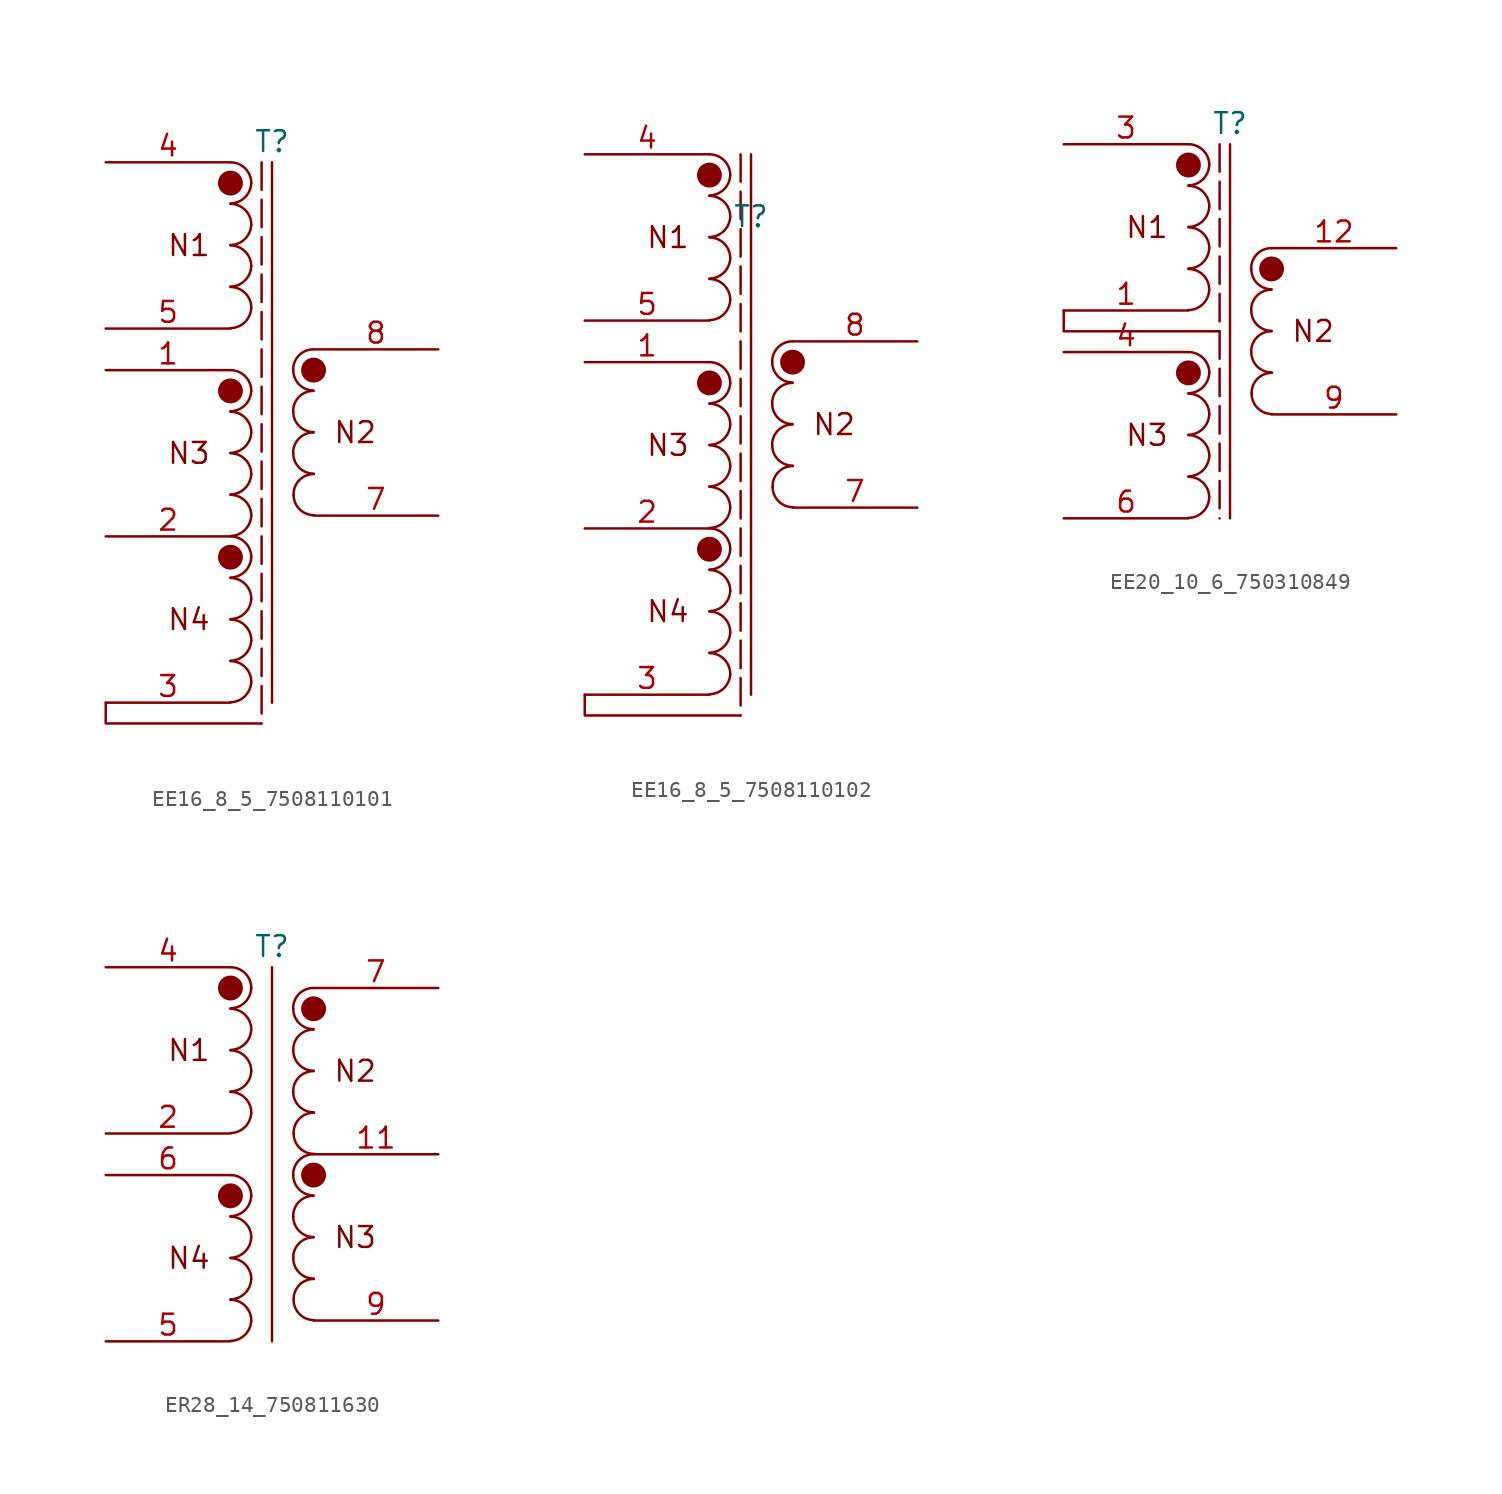
<source format=kicad_sym>
(kicad_symbol_lib
  (version 20220914)
  (generator kicad_symbol_editor)
  (symbol "EE16_8_5_7508110101"
    (pin_names hide)
    (property "Reference" "T"
      (at 0 17.78 0)
      (effects (font (size 1.27 1.27))))
    (symbol "EE16_8_5_7508110101_0_1"
      (arc (start -2.54 -16.4846) (mid -1.6561 -16.1163) (end -1.27 -15.24) (stroke (width 0) (type default)) (fill (type none)))
      (arc (start -2.54 -13.9446) (mid -1.6561 -13.5763) (end -1.27 -12.7) (stroke (width 0) (type default)) (fill (type none)))
      (arc (start -2.54 -11.4046) (mid -1.6561 -11.0363) (end -1.27 -10.16) (stroke (width 0) (type default)) (fill (type none)))
      (arc (start -2.54 -8.8646) (mid -1.6561 -8.4963) (end -1.27 -7.62) (stroke (width 0) (type default)) (fill (type none)))
      (arc (start -2.54 -6.3246) (mid -1.6561 -5.9563) (end -1.27 -5.08) (stroke (width 0) (type default)) (fill (type none)))
      (arc (start -2.54 -3.7846) (mid -1.6561 -3.4163) (end -1.27 -2.54) (stroke (width 0) (type default)) (fill (type none)))
      (arc (start -2.54 -1.2446) (mid -1.6561 -0.8763) (end -1.27 0) (stroke (width 0) (type default)) (fill (type none)))
      (arc (start -2.54 1.2954) (mid -1.6561 1.6637) (end -1.27 2.54) (stroke (width 0) (type default)) (fill (type none)))
      (arc (start -2.54 6.3754) (mid -1.6561 6.7437) (end -1.27 7.62) (stroke (width 0) (type default)) (fill (type none)))
      (arc (start -2.54 8.9154) (mid -1.6561 9.2837) (end -1.27 10.16) (stroke (width 0) (type default)) (fill (type none)))
      (arc (start -2.54 11.4554) (mid -1.6561 11.8237) (end -1.27 12.7) (stroke (width 0) (type default)) (fill (type none)))
      (arc (start -2.54 13.9954) (mid -1.6561 14.3637) (end -1.27 15.24) (stroke (width 0) (type default)) (fill (type none)))
      (arc (start -1.27 -15.24) (mid -1.642 -14.342) (end -2.54 -13.97) (stroke (width 0) (type default)) (fill (type none)))
      (arc (start -1.27 -12.7) (mid -1.642 -11.802) (end -2.54 -11.43) (stroke (width 0) (type default)) (fill (type none)))
      (arc (start -1.27 -10.16) (mid -1.642 -9.262) (end -2.54 -8.89) (stroke (width 0) (type default)) (fill (type none)))
      (arc (start -1.27 -7.62) (mid -1.642 -6.722) (end -2.54 -6.35) (stroke (width 0) (type default)) (fill (type none)))
      (arc (start -1.27 -5.08) (mid -1.642 -4.182) (end -2.54 -3.81) (stroke (width 0) (type default)) (fill (type none)))
      (arc (start -1.27 -2.54) (mid -1.642 -1.642) (end -2.54 -1.27) (stroke (width 0) (type default)) (fill (type none)))
      (arc (start -1.27 0) (mid -1.642 0.898) (end -2.54 1.27) (stroke (width 0) (type default)) (fill (type none)))
      (arc (start -1.27 2.54) (mid -1.642 3.438) (end -2.54 3.81) (stroke (width 0) (type default)) (fill (type none)))
      (arc (start -1.27 7.62) (mid -1.642 8.518) (end -2.54 8.89) (stroke (width 0) (type default)) (fill (type none)))
      (arc (start -1.27 10.16) (mid -1.642 11.058) (end -2.54 11.43) (stroke (width 0) (type default)) (fill (type none)))
      (arc (start -1.27 12.7) (mid -1.642 13.598) (end -2.54 13.97) (stroke (width 0) (type default)) (fill (type none)))
      (arc (start -1.27 15.24) (mid -1.642 16.138) (end -2.54 16.51) (stroke (width 0) (type default)) (fill (type none)))
      (polyline (pts (xy 0 16.51) (xy 0 -16.51)) (stroke (width 0) (type default)) (fill (type none)))
      (polyline (pts (xy -10.16 -16.51) (xy -10.16 -17.78) (xy -0.635 -17.78)) (stroke (width 0) (type default)) (fill (type none)))
      (arc (start 1.2954 -1.27) (mid 1.6599 -2.1501) (end 2.54 -2.5146) (stroke (width 0) (type default)) (fill (type none)))
      (arc (start 1.2954 1.27) (mid 1.6599 0.3899) (end 2.54 0.0254) (stroke (width 0) (type default)) (fill (type none)))
      (arc (start 1.2954 3.81) (mid 1.6599 2.9299) (end 2.54 2.5654) (stroke (width 0) (type default)) (fill (type none)))
      (arc (start 1.3208 -3.81) (mid 1.6853 -4.6901) (end 2.5654 -5.0546) (stroke (width 0) (type default)) (fill (type none)))
      (arc (start 2.54 0) (mid 1.642 -0.372) (end 1.2954 -1.27) (stroke (width 0) (type default)) (fill (type none)))
      (arc (start 2.54 2.54) (mid 1.642 2.168) (end 1.2954 1.27) (stroke (width 0) (type default)) (fill (type none)))
      (arc (start 2.54 5.08) (mid 1.642 4.708) (end 1.2954 3.81) (stroke (width 0) (type default)) (fill (type none)))
      (arc (start 2.5654 -2.54) (mid 1.6674 -2.912) (end 1.3208 -3.81) (stroke (width 0) (type default)) (fill (type none))))
    (symbol "EE16_8_5_7508110101_1_1"
      (circle (center -2.54 -7.62) (radius 0.0001) (stroke (width 0.762) (type default)) (fill (type none)))
      (circle (center -2.54 2.54) (radius 0.0001) (stroke (width 0.762) (type default)) (fill (type none)))
      (circle (center -2.54 15.24) (radius 0.0001) (stroke (width 0.762) (type default)) (fill (type none)))
      (polyline (pts (xy -0.635 16.51) (xy -0.635 -17.78)) (stroke (width 0) (type dash)) (fill (type none)))
      (circle (center 2.54 3.81) (radius 0.0001) (stroke (width 0.762) (type default)) (fill (type none)))
      (text "N1" (at -5.08 11.43 0) (effects (font (size 1.27 1.27))))
      (text "N2" (at 5.08 0 0) (effects (font (size 1.27 1.27))))
      (text "N3" (at -5.08 -1.27 0) (effects (font (size 1.27 1.27))))
      (text "N4" (at -5.08 -11.43 0) (effects (font (size 1.27 1.27))))
      (pin passive line (at -10.16 3.81 0) (length 7.62) (name "1" (effects (font (size 1.27 1.27)))) (number "1" (effects (font (size 1.27 1.27)))))
      (pin passive line (at -10.16 -6.35 0) (length 7.62) (name "2" (effects (font (size 1.27 1.27)))) (number "2" (effects (font (size 1.27 1.27)))))
      (pin passive line (at -10.16 -16.51 0) (length 7.62) (name "3" (effects (font (size 1.27 1.27)))) (number "3" (effects (font (size 1.27 1.27)))))
      (pin passive line (at -10.16 16.51 0) (length 7.62) (name "4" (effects (font (size 1.27 1.27)))) (number "4" (effects (font (size 1.27 1.27)))))
      (pin passive line (at -10.16 6.35 0) (length 7.62) (name "5" (effects (font (size 1.27 1.27)))) (number "5" (effects (font (size 1.27 1.27)))))
      (pin passive line (at 10.16 -5.08 180) (length 7.62) (name "7" (effects (font (size 1.27 1.27)))) (number "7" (effects (font (size 1.27 1.27)))))
      (pin passive line (at 10.16 5.08 180) (length 7.62) (name "8" (effects (font (size 1.27 1.27)))) (number "8" (effects (font (size 1.27 1.27)))))))
  (symbol "EE16_8_5_7508110102"
    (pin_names hide)
    (property "Reference" "T"
      (at 0 12.7 0)
      (effects (font (size 1.27 1.27))))
    (symbol "EE16_8_5_7508110102_0_1"
      (arc (start -2.54 -16.4846) (mid -1.6561 -16.1163) (end -1.27 -15.24) (stroke (width 0) (type default)) (fill (type none)))
      (arc (start -2.54 -13.9446) (mid -1.6561 -13.5763) (end -1.27 -12.7) (stroke (width 0) (type default)) (fill (type none)))
      (arc (start -2.54 -11.4046) (mid -1.6561 -11.0363) (end -1.27 -10.16) (stroke (width 0) (type default)) (fill (type none)))
      (arc (start -2.54 -8.8646) (mid -1.6561 -8.4963) (end -1.27 -7.62) (stroke (width 0) (type default)) (fill (type none)))
      (arc (start -2.54 -6.3246) (mid -1.6561 -5.9563) (end -1.27 -5.08) (stroke (width 0) (type default)) (fill (type none)))
      (arc (start -2.54 -3.7846) (mid -1.6561 -3.4163) (end -1.27 -2.54) (stroke (width 0) (type default)) (fill (type none)))
      (arc (start -2.54 -1.2446) (mid -1.6561 -0.8763) (end -1.27 0) (stroke (width 0) (type default)) (fill (type none)))
      (arc (start -2.54 1.2954) (mid -1.6561 1.6637) (end -1.27 2.54) (stroke (width 0) (type default)) (fill (type none)))
      (arc (start -2.54 6.3754) (mid -1.6561 6.7437) (end -1.27 7.62) (stroke (width 0) (type default)) (fill (type none)))
      (arc (start -2.54 8.9154) (mid -1.6561 9.2837) (end -1.27 10.16) (stroke (width 0) (type default)) (fill (type none)))
      (arc (start -2.54 11.4554) (mid -1.6561 11.8237) (end -1.27 12.7) (stroke (width 0) (type default)) (fill (type none)))
      (arc (start -2.54 13.9954) (mid -1.6561 14.3637) (end -1.27 15.24) (stroke (width 0) (type default)) (fill (type none)))
      (arc (start -1.27 -15.24) (mid -1.642 -14.342) (end -2.54 -13.97) (stroke (width 0) (type default)) (fill (type none)))
      (arc (start -1.27 -12.7) (mid -1.642 -11.802) (end -2.54 -11.43) (stroke (width 0) (type default)) (fill (type none)))
      (arc (start -1.27 -10.16) (mid -1.642 -9.262) (end -2.54 -8.89) (stroke (width 0) (type default)) (fill (type none)))
      (arc (start -1.27 -7.62) (mid -1.642 -6.722) (end -2.54 -6.35) (stroke (width 0) (type default)) (fill (type none)))
      (arc (start -1.27 -5.08) (mid -1.642 -4.182) (end -2.54 -3.81) (stroke (width 0) (type default)) (fill (type none)))
      (arc (start -1.27 -2.54) (mid -1.642 -1.642) (end -2.54 -1.27) (stroke (width 0) (type default)) (fill (type none)))
      (arc (start -1.27 0) (mid -1.642 0.898) (end -2.54 1.27) (stroke (width 0) (type default)) (fill (type none)))
      (arc (start -1.27 2.54) (mid -1.642 3.438) (end -2.54 3.81) (stroke (width 0) (type default)) (fill (type none)))
      (arc (start -1.27 7.62) (mid -1.642 8.518) (end -2.54 8.89) (stroke (width 0) (type default)) (fill (type none)))
      (arc (start -1.27 10.16) (mid -1.642 11.058) (end -2.54 11.43) (stroke (width 0) (type default)) (fill (type none)))
      (arc (start -1.27 12.7) (mid -1.642 13.598) (end -2.54 13.97) (stroke (width 0) (type default)) (fill (type none)))
      (arc (start -1.27 15.24) (mid -1.642 16.138) (end -2.54 16.51) (stroke (width 0) (type default)) (fill (type none)))
      (polyline (pts (xy 0 16.51) (xy 0 -16.51)) (stroke (width 0) (type default)) (fill (type none)))
      (polyline (pts (xy -10.16 -16.51) (xy -10.16 -17.78) (xy -0.635 -17.78)) (stroke (width 0) (type default)) (fill (type none)))
      (arc (start 1.2954 -1.27) (mid 1.6599 -2.1501) (end 2.54 -2.5146) (stroke (width 0) (type default)) (fill (type none)))
      (arc (start 1.2954 1.27) (mid 1.6599 0.3899) (end 2.54 0.0254) (stroke (width 0) (type default)) (fill (type none)))
      (arc (start 1.2954 3.81) (mid 1.6599 2.9299) (end 2.54 2.5654) (stroke (width 0) (type default)) (fill (type none)))
      (arc (start 1.3208 -3.81) (mid 1.6853 -4.6901) (end 2.5654 -5.0546) (stroke (width 0) (type default)) (fill (type none)))
      (arc (start 2.54 0) (mid 1.642 -0.372) (end 1.2954 -1.27) (stroke (width 0) (type default)) (fill (type none)))
      (arc (start 2.54 2.54) (mid 1.642 2.168) (end 1.2954 1.27) (stroke (width 0) (type default)) (fill (type none)))
      (arc (start 2.54 5.08) (mid 1.642 4.708) (end 1.2954 3.81) (stroke (width 0) (type default)) (fill (type none)))
      (arc (start 2.5654 -2.54) (mid 1.6674 -2.912) (end 1.3208 -3.81) (stroke (width 0) (type default)) (fill (type none))))
    (symbol "EE16_8_5_7508110102_1_1"
      (circle (center -2.54 -7.62) (radius 0.0001) (stroke (width 0.762) (type default)) (fill (type none)))
      (circle (center -2.54 2.54) (radius 0.0001) (stroke (width 0.762) (type default)) (fill (type none)))
      (circle (center -2.54 15.24) (radius 0.0001) (stroke (width 0.762) (type default)) (fill (type none)))
      (polyline (pts (xy -0.635 16.51) (xy -0.635 -17.78)) (stroke (width 0) (type dash)) (fill (type none)))
      (circle (center 2.54 3.81) (radius 0.0001) (stroke (width 0.762) (type default)) (fill (type none)))
      (text "N1" (at -5.08 11.43 0) (effects (font (size 1.27 1.27))))
      (text "N2" (at 5.08 0 0) (effects (font (size 1.27 1.27))))
      (text "N3" (at -5.08 -1.27 0) (effects (font (size 1.27 1.27))))
      (text "N4" (at -5.08 -11.43 0) (effects (font (size 1.27 1.27))))
      (pin passive line (at -10.16 3.81 0) (length 7.62) (name "1" (effects (font (size 1.27 1.27)))) (number "1" (effects (font (size 1.27 1.27)))))
      (pin passive line (at -10.16 -6.35 0) (length 7.62) (name "2" (effects (font (size 1.27 1.27)))) (number "2" (effects (font (size 1.27 1.27)))))
      (pin passive line (at -10.16 -16.51 0) (length 7.62) (name "3" (effects (font (size 1.27 1.27)))) (number "3" (effects (font (size 1.27 1.27)))))
      (pin passive line (at -10.16 16.51 0) (length 7.62) (name "4" (effects (font (size 1.27 1.27)))) (number "4" (effects (font (size 1.27 1.27)))))
      (pin passive line (at -10.16 6.35 0) (length 7.62) (name "5" (effects (font (size 1.27 1.27)))) (number "5" (effects (font (size 1.27 1.27)))))
      (pin passive line (at 10.16 -5.08 180) (length 7.62) (name "7" (effects (font (size 1.27 1.27)))) (number "7" (effects (font (size 1.27 1.27)))))
      (pin passive line (at 10.16 5.08 180) (length 7.62) (name "8" (effects (font (size 1.27 1.27)))) (number "8" (effects (font (size 1.27 1.27)))))))
  (symbol "EE20_10_6_750310849"
    (pin_names hide)
    (property "Reference" "T"
      (at 0 12.7 0)
      (effects (font (size 1.27 1.27))))
    (symbol "EE20_10_6_750310849_0_1"
      (arc (start -2.54 -11.4046) (mid -1.6561 -11.0363) (end -1.27 -10.16) (stroke (width 0) (type default)) (fill (type none)))
      (arc (start -2.54 -8.8646) (mid -1.6561 -8.4963) (end -1.27 -7.62) (stroke (width 0) (type default)) (fill (type none)))
      (arc (start -2.54 -6.3246) (mid -1.6561 -5.9563) (end -1.27 -5.08) (stroke (width 0) (type default)) (fill (type none)))
      (arc (start -2.54 -3.7846) (mid -1.6561 -3.4163) (end -1.27 -2.54) (stroke (width 0) (type default)) (fill (type none)))
      (arc (start -2.54 1.2954) (mid -1.6561 1.6637) (end -1.27 2.54) (stroke (width 0) (type default)) (fill (type none)))
      (arc (start -2.54 3.8354) (mid -1.6561 4.2037) (end -1.27 5.08) (stroke (width 0) (type default)) (fill (type none)))
      (arc (start -2.54 6.3754) (mid -1.6561 6.7437) (end -1.27 7.62) (stroke (width 0) (type default)) (fill (type none)))
      (arc (start -2.54 8.9154) (mid -1.6561 9.2837) (end -1.27 10.16) (stroke (width 0) (type default)) (fill (type none)))
      (arc (start -1.27 -10.16) (mid -1.642 -9.262) (end -2.54 -8.89) (stroke (width 0) (type default)) (fill (type none)))
      (arc (start -1.27 -7.62) (mid -1.642 -6.722) (end -2.54 -6.35) (stroke (width 0) (type default)) (fill (type none)))
      (arc (start -1.27 -5.08) (mid -1.642 -4.182) (end -2.54 -3.81) (stroke (width 0) (type default)) (fill (type none)))
      (arc (start -1.27 -2.54) (mid -1.642 -1.642) (end -2.54 -1.27) (stroke (width 0) (type default)) (fill (type none)))
      (arc (start -1.27 2.54) (mid -1.642 3.438) (end -2.54 3.81) (stroke (width 0) (type default)) (fill (type none)))
      (arc (start -1.27 5.08) (mid -1.642 5.978) (end -2.54 6.35) (stroke (width 0) (type default)) (fill (type none)))
      (arc (start -1.27 7.62) (mid -1.642 8.518) (end -2.54 8.89) (stroke (width 0) (type default)) (fill (type none)))
      (arc (start -1.27 10.16) (mid -1.642 11.058) (end -2.54 11.43) (stroke (width 0) (type default)) (fill (type none)))
      (polyline (pts (xy 0 11.43) (xy 0 -11.43)) (stroke (width 0) (type default)) (fill (type none)))
      (polyline (pts (xy -10.16 1.27) (xy -10.16 0) (xy -0.635 0)) (stroke (width 0) (type default)) (fill (type none)))
      (arc (start 1.2954 -1.27) (mid 1.6599 -2.1501) (end 2.54 -2.5146) (stroke (width 0) (type default)) (fill (type none)))
      (arc (start 1.2954 1.27) (mid 1.6599 0.3899) (end 2.54 0.0254) (stroke (width 0) (type default)) (fill (type none)))
      (arc (start 1.2954 3.81) (mid 1.6599 2.9299) (end 2.54 2.5654) (stroke (width 0) (type default)) (fill (type none)))
      (arc (start 1.3208 -3.81) (mid 1.6853 -4.6901) (end 2.5654 -5.0546) (stroke (width 0) (type default)) (fill (type none)))
      (arc (start 2.54 0) (mid 1.642 -0.372) (end 1.2954 -1.27) (stroke (width 0) (type default)) (fill (type none)))
      (arc (start 2.54 2.54) (mid 1.642 2.168) (end 1.2954 1.27) (stroke (width 0) (type default)) (fill (type none)))
      (arc (start 2.54 5.08) (mid 1.642 4.708) (end 1.2954 3.81) (stroke (width 0) (type default)) (fill (type none)))
      (arc (start 2.5654 -2.54) (mid 1.6674 -2.912) (end 1.3208 -3.81) (stroke (width 0) (type default)) (fill (type none))))
    (symbol "EE20_10_6_750310849_1_1"
      (circle (center -2.54 -2.54) (radius 0.0001) (stroke (width 0.762) (type default)) (fill (type none)))
      (circle (center -2.54 10.16) (radius 0.0001) (stroke (width 0.762) (type default)) (fill (type none)))
      (polyline (pts (xy -0.635 11.43) (xy -0.635 -11.43)) (stroke (width 0) (type dash)) (fill (type none)))
      (circle (center 2.54 3.81) (radius 0.0001) (stroke (width 0.762) (type default)) (fill (type none)))
      (text "N1" (at -5.08 6.35 0) (effects (font (size 1.27 1.27))))
      (text "N2" (at 5.08 0 0) (effects (font (size 1.27 1.27))))
      (text "N3" (at -5.08 -6.35 0) (effects (font (size 1.27 1.27))))
      (pin passive line (at -10.16 1.27 0) (length 7.62) (name "1" (effects (font (size 1.27 1.27)))) (number "1" (effects (font (size 1.27 1.27)))))
      (pin passive line (at 10.16 5.08 180) (length 7.62) (name "12" (effects (font (size 1.27 1.27)))) (number "12" (effects (font (size 1.27 1.27)))))
      (pin passive line (at -10.16 11.43 0) (length 7.62) (name "3" (effects (font (size 1.27 1.27)))) (number "3" (effects (font (size 1.27 1.27)))))
      (pin passive line (at -10.16 -1.27 0) (length 7.62) (name "4" (effects (font (size 1.27 1.27)))) (number "4" (effects (font (size 1.27 1.27)))))
      (pin passive line (at -10.16 -11.43 0) (length 7.62) (name "6" (effects (font (size 1.27 1.27)))) (number "6" (effects (font (size 1.27 1.27)))))
      (pin passive line (at 10.16 -5.08 180) (length 7.62) (name "9" (effects (font (size 1.27 1.27)))) (number "9" (effects (font (size 1.27 1.27)))))))
  (symbol "ER28_14_750811630"
    (pin_names hide)
    (property "Reference" "T"
      (at 0 12.7 0)
      (effects (font (size 1.27 1.27))))
    (symbol "ER28_14_750811630_0_1"
      (arc (start -2.54 -11.4046) (mid -1.6561 -11.0363) (end -1.27 -10.16) (stroke (width 0) (type default)) (fill (type none)))
      (arc (start -2.54 -8.8646) (mid -1.6561 -8.4963) (end -1.27 -7.62) (stroke (width 0) (type default)) (fill (type none)))
      (arc (start -2.54 -6.3246) (mid -1.6561 -5.9563) (end -1.27 -5.08) (stroke (width 0) (type default)) (fill (type none)))
      (arc (start -2.54 -3.7846) (mid -1.6561 -3.4163) (end -1.27 -2.54) (stroke (width 0) (type default)) (fill (type none)))
      (arc (start -2.54 1.2954) (mid -1.6561 1.6637) (end -1.27 2.54) (stroke (width 0) (type default)) (fill (type none)))
      (arc (start -2.54 3.8354) (mid -1.6561 4.2037) (end -1.27 5.08) (stroke (width 0) (type default)) (fill (type none)))
      (arc (start -2.54 6.3754) (mid -1.6561 6.7437) (end -1.27 7.62) (stroke (width 0) (type default)) (fill (type none)))
      (arc (start -2.54 8.9154) (mid -1.6561 9.2837) (end -1.27 10.16) (stroke (width 0) (type default)) (fill (type none)))
      (arc (start -1.27 -10.16) (mid -1.642 -9.262) (end -2.54 -8.89) (stroke (width 0) (type default)) (fill (type none)))
      (arc (start -1.27 -7.62) (mid -1.642 -6.722) (end -2.54 -6.35) (stroke (width 0) (type default)) (fill (type none)))
      (arc (start -1.27 -5.08) (mid -1.642 -4.182) (end -2.54 -3.81) (stroke (width 0) (type default)) (fill (type none)))
      (arc (start -1.27 -2.54) (mid -1.642 -1.642) (end -2.54 -1.27) (stroke (width 0) (type default)) (fill (type none)))
      (arc (start -1.27 2.54) (mid -1.642 3.438) (end -2.54 3.81) (stroke (width 0) (type default)) (fill (type none)))
      (arc (start -1.27 5.08) (mid -1.642 5.978) (end -2.54 6.35) (stroke (width 0) (type default)) (fill (type none)))
      (arc (start -1.27 7.62) (mid -1.642 8.518) (end -2.54 8.89) (stroke (width 0) (type default)) (fill (type none)))
      (arc (start -1.27 10.16) (mid -1.642 11.058) (end -2.54 11.43) (stroke (width 0) (type default)) (fill (type none)))
      (polyline (pts (xy 0 11.43) (xy 0 -11.43)) (stroke (width 0) (type default)) (fill (type none)))
      (arc (start 1.2954 -6.35) (mid 1.6599 -7.2301) (end 2.54 -7.5946) (stroke (width 0) (type default)) (fill (type none)))
      (arc (start 1.2954 -3.81) (mid 1.6599 -4.6901) (end 2.54 -5.0546) (stroke (width 0) (type default)) (fill (type none)))
      (arc (start 1.2954 -1.27) (mid 1.6599 -2.1501) (end 2.54 -2.5146) (stroke (width 0) (type default)) (fill (type none)))
      (arc (start 1.2954 3.81) (mid 1.6599 2.9299) (end 2.54 2.5654) (stroke (width 0) (type default)) (fill (type none)))
      (arc (start 1.2954 6.35) (mid 1.6599 5.4699) (end 2.54 5.1054) (stroke (width 0) (type default)) (fill (type none)))
      (arc (start 1.2954 8.89) (mid 1.6599 8.0099) (end 2.54 7.6454) (stroke (width 0) (type default)) (fill (type none)))
      (arc (start 1.3208 -8.89) (mid 1.6855 -9.7699) (end 2.5654 -10.1346) (stroke (width 0) (type default)) (fill (type none)))
      (arc (start 1.3208 1.27) (mid 1.6854 0.3901) (end 2.5654 0.0254) (stroke (width 0) (type default)) (fill (type none)))
      (arc (start 2.54 -5.08) (mid 1.6458 -5.4485) (end 1.2954 -6.35) (stroke (width 0) (type default)) (fill (type none)))
      (arc (start 2.54 -2.54) (mid 1.6458 -2.9085) (end 1.2954 -3.81) (stroke (width 0) (type default)) (fill (type none)))
      (arc (start 2.54 0) (mid 1.6458 -0.3685) (end 1.2954 -1.27) (stroke (width 0) (type default)) (fill (type none)))
      (arc (start 2.54 5.08) (mid 1.6458 4.7115) (end 1.2954 3.81) (stroke (width 0) (type default)) (fill (type none)))
      (arc (start 2.54 7.62) (mid 1.6458 7.2515) (end 1.2954 6.35) (stroke (width 0) (type default)) (fill (type none)))
      (arc (start 2.54 10.16) (mid 1.6458 9.7915) (end 1.2954 8.89) (stroke (width 0) (type default)) (fill (type none)))
      (arc (start 2.5654 -7.62) (mid 1.6709 -7.9883) (end 1.3208 -8.89) (stroke (width 0) (type default)) (fill (type none)))
      (arc (start 2.5654 2.54) (mid 1.6709 2.1717) (end 1.3208 1.27) (stroke (width 0) (type default)) (fill (type none))))
    (symbol "ER28_14_750811630_1_1"
      (circle (center -2.54 -2.54) (radius 0.0001) (stroke (width 0.762) (type default)) (fill (type none)))
      (circle (center -2.54 10.16) (radius 0.0001) (stroke (width 0.762) (type default)) (fill (type none)))
      (circle (center 2.54 -1.27) (radius 0.0001) (stroke (width 0.762) (type default)) (fill (type none)))
      (circle (center 2.54 8.89) (radius 0.0001) (stroke (width 0.762) (type default)) (fill (type none)))
      (text "N1" (at -5.08 6.35 0) (effects (font (size 1.27 1.27))))
      (text "N2" (at 5.08 5.08 0) (effects (font (size 1.27 1.27))))
      (text "N3" (at 5.08 -5.08 0) (effects (font (size 1.27 1.27))))
      (text "N4" (at -5.08 -6.35 0) (effects (font (size 1.27 1.27))))
      (pin passive line (at 10.16 -10.16 180) (length 7.62) hide (name "10" (effects (font (size 1.27 1.27)))) (number "10" (effects (font (size 1.27 1.27)))))
      (pin passive line (at 10.16 0 180) (length 7.62) (name "11" (effects (font (size 1.27 1.27)))) (number "11" (effects (font (size 1.27 1.27)))))
      (pin passive line (at 10.16 0 180) (length 7.62) hide (name "12" (effects (font (size 1.27 1.27)))) (number "12" (effects (font (size 1.27 1.27)))))
      (pin passive line (at -10.16 1.27 0) (length 7.62) (name "2" (effects (font (size 1.27 1.27)))) (number "2" (effects (font (size 1.27 1.27)))))
      (pin passive line (at -10.16 11.43 0) (length 7.62) (name "4" (effects (font (size 1.27 1.27)))) (number "4" (effects (font (size 1.27 1.27)))))
      (pin passive line (at -10.16 -11.43 0) (length 7.62) (name "5" (effects (font (size 1.27 1.27)))) (number "5" (effects (font (size 1.27 1.27)))))
      (pin passive line (at -10.16 -1.27 0) (length 7.62) (name "6" (effects (font (size 1.27 1.27)))) (number "6" (effects (font (size 1.27 1.27)))))
      (pin passive line (at 10.16 10.16 180) (length 7.62) (name "7" (effects (font (size 1.27 1.27)))) (number "7" (effects (font (size 1.27 1.27)))))
      (pin passive line (at 10.16 -10.16 180) (length 7.62) (name "9" (effects (font (size 1.27 1.27)))) (number "9" (effects (font (size 1.27 1.27))))))))
</source>
